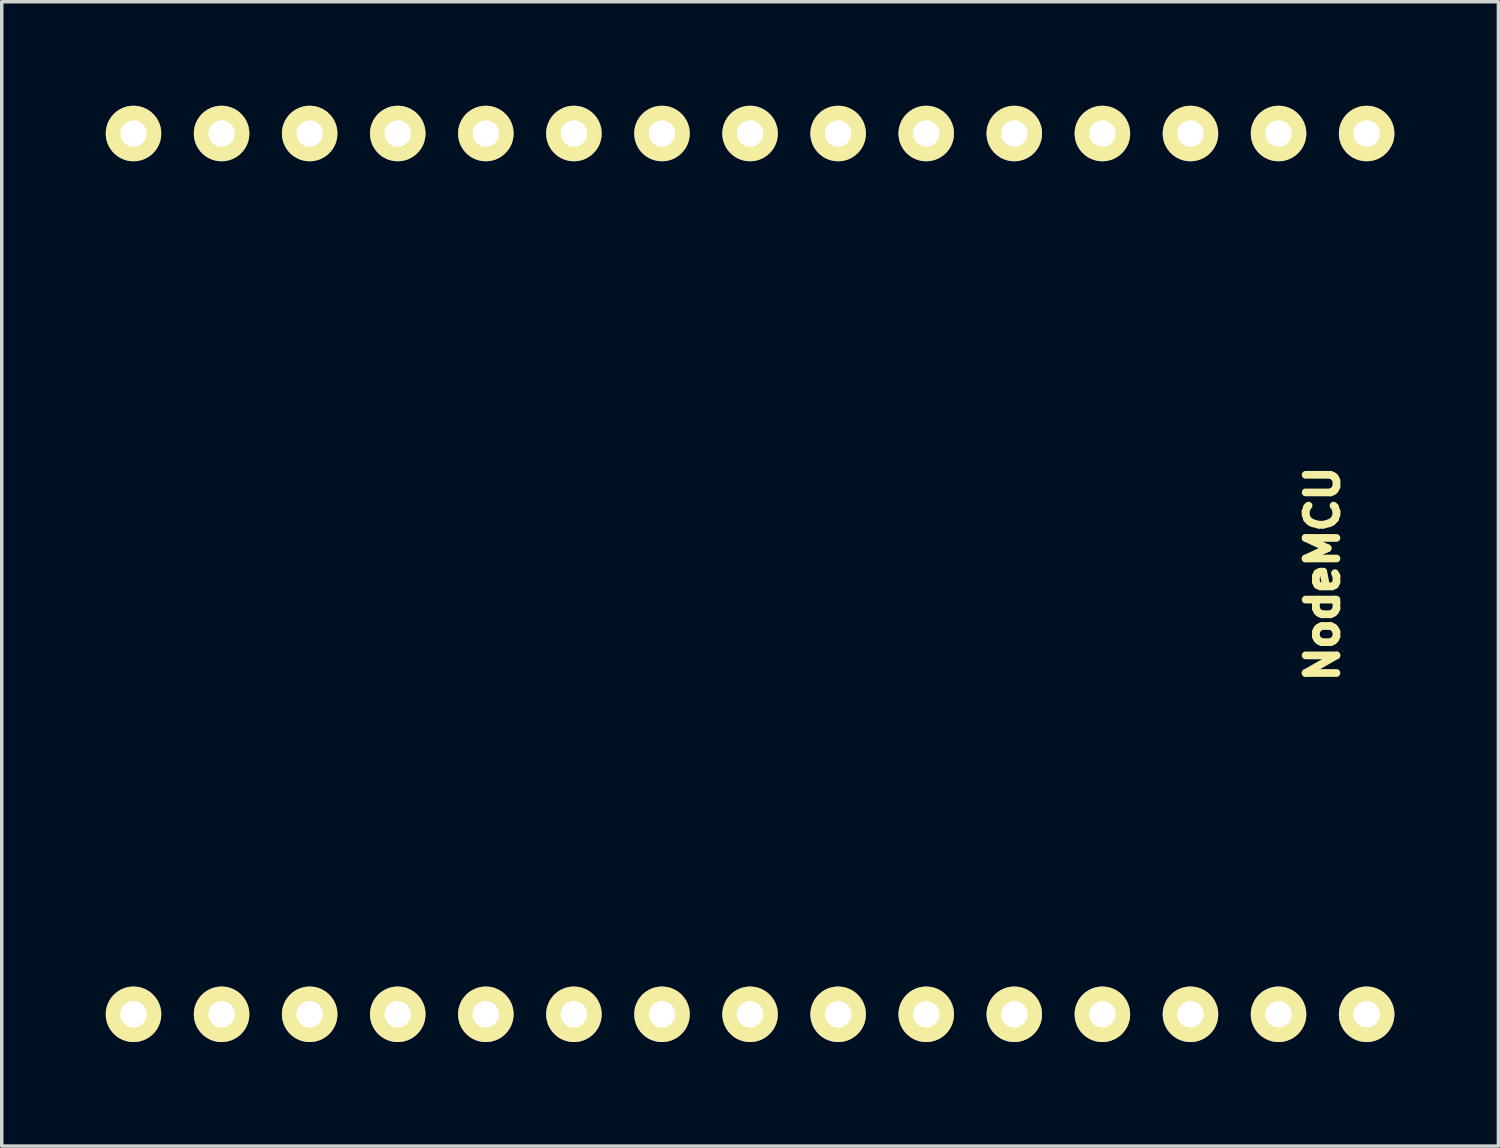
<source format=kicad_pcb>
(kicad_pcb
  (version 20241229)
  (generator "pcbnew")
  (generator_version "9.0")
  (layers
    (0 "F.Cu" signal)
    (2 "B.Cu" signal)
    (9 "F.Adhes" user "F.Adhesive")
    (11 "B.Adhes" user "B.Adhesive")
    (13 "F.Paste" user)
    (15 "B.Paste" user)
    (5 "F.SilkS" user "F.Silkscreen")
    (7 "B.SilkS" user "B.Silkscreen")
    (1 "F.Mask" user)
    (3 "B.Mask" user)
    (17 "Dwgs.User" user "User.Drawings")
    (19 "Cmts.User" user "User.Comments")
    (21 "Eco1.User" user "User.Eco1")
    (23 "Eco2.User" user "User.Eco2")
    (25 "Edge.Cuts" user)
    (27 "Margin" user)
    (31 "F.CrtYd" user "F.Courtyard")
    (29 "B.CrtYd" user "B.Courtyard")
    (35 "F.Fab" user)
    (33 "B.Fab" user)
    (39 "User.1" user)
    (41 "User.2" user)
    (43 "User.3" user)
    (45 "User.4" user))
  (footprint "NodeMCU"
    (layer "F.Cu")
    (at 0.8 26.2)
    (property "Reference" "NodeMCU" (at 34.29 -12.7 270) (layer "F.SilkS") (effects (font (size 0.889 0.889) (thickness 0.305))))
    (attr through_hole)
    (fp_line (start 0 0) (end 0 0) (stroke (width 0.305) (type solid)) (layer "F.SilkS"))
    (fp_line (start 0 0) (end 0 0) (stroke (width 0.305) (type solid)) (layer "F.SilkS"))
    (fp_line (start 0 0) (end 0 0) (stroke (width 0.305) (type solid)) (layer "F.SilkS"))
    (fp_line (start 0 0) (end 0 0) (stroke (width 0.305) (type solid)) (layer "F.SilkS"))
    (pad "1" thru_hole circle (at 0 0) (size 1.6 1.6) (drill 0.762) (layers "*.Cu" "*.Mask" "F.SilkS"))
    (pad "2" thru_hole circle (at 2.54 0) (size 1.6 1.6) (drill 0.762) (layers "*.Cu" "*.Mask" "F.SilkS"))
    (pad "3" thru_hole circle (at 5.08 0) (size 1.6 1.6) (drill 0.762) (layers "*.Cu" "*.Mask" "F.SilkS"))
    (pad "4" thru_hole circle (at 7.62 0) (size 1.6 1.6) (drill 0.762) (layers "*.Cu" "*.Mask" "F.SilkS"))
    (pad "5" thru_hole circle (at 10.16 0) (size 1.6 1.6) (drill 0.762) (layers "*.Cu" "*.Mask" "F.SilkS"))
    (pad "6" thru_hole circle (at 12.7 0) (size 1.6 1.6) (drill 0.762) (layers "*.Cu" "*.Mask" "F.SilkS"))
    (pad "7" thru_hole circle (at 15.24 0) (size 1.6 1.6) (drill 0.762) (layers "*.Cu" "*.Mask" "F.SilkS"))
    (pad "8" thru_hole circle (at 17.78 0) (size 1.6 1.6) (drill 0.762) (layers "*.Cu" "*.Mask" "F.SilkS"))
    (pad "9" thru_hole circle (at 20.32 0) (size 1.6 1.6) (drill 0.762) (layers "*.Cu" "*.Mask" "F.SilkS"))
    (pad "10" thru_hole circle (at 22.86 0) (size 1.6 1.6) (drill 0.762) (layers "*.Cu" "*.Mask" "F.SilkS"))
    (pad "11" thru_hole circle (at 25.4 0) (size 1.6 1.6) (drill 0.762) (layers "*.Cu" "*.Mask" "F.SilkS"))
    (pad "12" thru_hole circle (at 27.94 0) (size 1.6 1.6) (drill 0.762) (layers "*.Cu" "*.Mask" "F.SilkS"))
    (pad "13" thru_hole circle (at 30.48 0) (size 1.6 1.6) (drill 0.762) (layers "*.Cu" "*.Mask" "F.SilkS"))
    (pad "14" thru_hole circle (at 33.02 0) (size 1.6 1.6) (drill 0.762) (layers "*.Cu" "*.Mask" "F.SilkS"))
    (pad "15" thru_hole circle (at 35.56 0) (size 1.6 1.6) (drill 0.762) (layers "*.Cu" "*.Mask" "F.SilkS"))
    (pad "16" thru_hole circle (at 35.56 -25.4 180) (size 1.6 1.6) (drill 0.762) (layers "*.Cu" "*.Mask" "F.SilkS"))
    (pad "17" thru_hole circle (at 33.02 -25.4 180) (size 1.6 1.6) (drill 0.762) (layers "*.Cu" "*.Mask" "F.SilkS"))
    (pad "18" thru_hole circle (at 30.48 -25.4 180) (size 1.6 1.6) (drill 0.762) (layers "*.Cu" "*.Mask" "F.SilkS"))
    (pad "19" thru_hole circle (at 27.94 -25.4 180) (size 1.6 1.6) (drill 0.762) (layers "*.Cu" "*.Mask" "F.SilkS"))
    (pad "20" thru_hole circle (at 25.4 -25.4 180) (size 1.6 1.6) (drill 0.762) (layers "*.Cu" "*.Mask" "F.SilkS"))
    (pad "21" thru_hole circle (at 22.86 -25.4 180) (size 1.6 1.6) (drill 0.762) (layers "*.Cu" "*.Mask" "F.SilkS"))
    (pad "22" thru_hole circle (at 20.32 -25.4 180) (size 1.6 1.6) (drill 0.762) (layers "*.Cu" "*.Mask" "F.SilkS"))
    (pad "23" thru_hole circle (at 17.78 -25.4 180) (size 1.6 1.6) (drill 0.762) (layers "*.Cu" "*.Mask" "F.SilkS"))
    (pad "24" thru_hole circle (at 15.24 -25.4 180) (size 1.6 1.6) (drill 0.762) (layers "*.Cu" "*.Mask" "F.SilkS"))
    (pad "25" thru_hole circle (at 12.7 -25.4 180) (size 1.6 1.6) (drill 0.762) (layers "*.Cu" "*.Mask" "F.SilkS"))
    (pad "26" thru_hole circle (at 10.16 -25.4 180) (size 1.6 1.6) (drill 0.762) (layers "*.Cu" "*.Mask" "F.SilkS"))
    (pad "27" thru_hole circle (at 7.62 -25.4 180) (size 1.6 1.6) (drill 0.762) (layers "*.Cu" "*.Mask" "F.SilkS"))
    (pad "28" thru_hole circle (at 5.08 -25.4 180) (size 1.6 1.6) (drill 0.762) (layers "*.Cu" "*.Mask" "F.SilkS"))
    (pad "29" thru_hole circle (at 2.54 -25.4 180) (size 1.6 1.6) (drill 0.762) (layers "*.Cu" "*.Mask" "F.SilkS"))
    (pad "30" thru_hole circle (at 0 -25.4 180) (size 1.6 1.6) (drill 0.762) (layers "*.Cu" "*.Mask" "F.SilkS")))
  (gr_rect
    (start -3 -3)
    (end 40.16 30)
    (stroke (width 0.1) (type default))
    (fill no)
    (layer "Edge.Cuts")))
</source>
